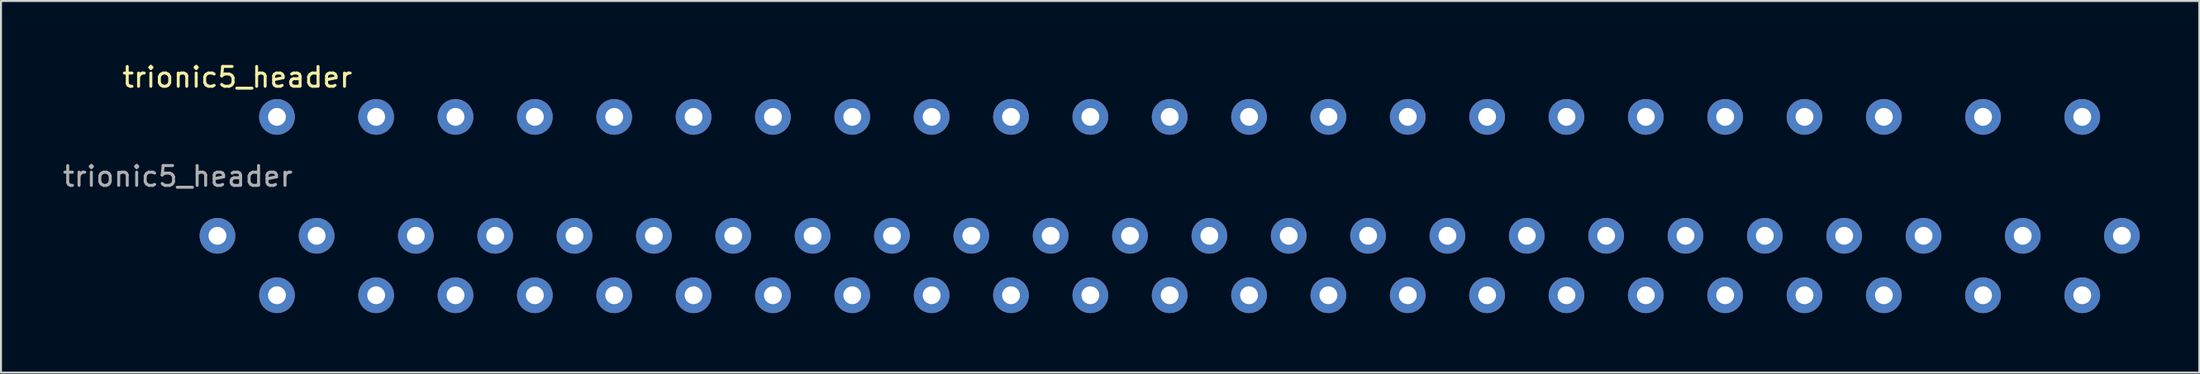
<source format=kicad_pcb>
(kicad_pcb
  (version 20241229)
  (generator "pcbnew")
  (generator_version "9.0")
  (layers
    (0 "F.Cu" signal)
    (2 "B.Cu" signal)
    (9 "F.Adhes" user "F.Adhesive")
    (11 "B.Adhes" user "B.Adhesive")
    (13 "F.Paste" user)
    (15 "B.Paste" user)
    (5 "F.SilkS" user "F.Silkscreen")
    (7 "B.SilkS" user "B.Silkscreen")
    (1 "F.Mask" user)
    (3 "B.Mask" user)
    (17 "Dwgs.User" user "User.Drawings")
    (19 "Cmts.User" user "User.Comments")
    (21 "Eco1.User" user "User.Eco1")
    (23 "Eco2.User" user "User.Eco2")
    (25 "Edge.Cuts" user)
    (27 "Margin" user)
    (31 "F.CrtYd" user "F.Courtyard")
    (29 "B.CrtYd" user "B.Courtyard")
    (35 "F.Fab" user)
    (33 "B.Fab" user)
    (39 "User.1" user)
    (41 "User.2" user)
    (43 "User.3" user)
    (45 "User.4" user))
  (footprint "trionic5_header"
    (layer "F.Cu")
    (at 10.911 2.848)
    (property "Reference" "trionic5_header" (at -2 -2 0) (unlocked yes) (layer "F.SilkS") (effects (font (size 1 1) (thickness 0.15))))
    (attr through_hole)
    (fp_text user "${REFERENCE}" (at -5 3 0) (unlocked yes) (layer "F.Fab") (effects (font (size 1 1) (thickness 0.15))))
    (pad "1" thru_hole circle (at 0 0) (size 1.8 1.8) (drill 0.9) (layers "*.Cu" "*.Mask"))
    (pad "2" thru_hole circle (at 5 0) (size 1.8 1.8) (drill 0.9) (layers "*.Cu" "*.Mask"))
    (pad "3" thru_hole circle (at 9 0) (size 1.8 1.8) (drill 0.9) (layers "*.Cu" "*.Mask"))
    (pad "4" thru_hole circle (at 13 0) (size 1.8 1.8) (drill 0.9) (layers "*.Cu" "*.Mask"))
    (pad "5" thru_hole circle (at 17 0) (size 1.8 1.8) (drill 0.9) (layers "*.Cu" "*.Mask"))
    (pad "6" thru_hole circle (at 21 0) (size 1.8 1.8) (drill 0.9) (layers "*.Cu" "*.Mask"))
    (pad "7" thru_hole circle (at 25 0) (size 1.8 1.8) (drill 0.9) (layers "*.Cu" "*.Mask"))
    (pad "8" thru_hole circle (at 29 0) (size 1.8 1.8) (drill 0.9) (layers "*.Cu" "*.Mask"))
    (pad "9" thru_hole circle (at 33 0) (size 1.8 1.8) (drill 0.9) (layers "*.Cu" "*.Mask"))
    (pad "10" thru_hole circle (at 37 0) (size 1.8 1.8) (drill 0.9) (layers "*.Cu" "*.Mask"))
    (pad "11" thru_hole circle (at 41 0) (size 1.8 1.8) (drill 0.9) (layers "*.Cu" "*.Mask"))
    (pad "12" thru_hole circle (at 45 0) (size 1.8 1.8) (drill 0.9) (layers "*.Cu" "*.Mask"))
    (pad "13" thru_hole circle (at 49 0) (size 1.8 1.8) (drill 0.9) (layers "*.Cu" "*.Mask"))
    (pad "14" thru_hole circle (at 53 0) (size 1.8 1.8) (drill 0.9) (layers "*.Cu" "*.Mask"))
    (pad "15" thru_hole circle (at 57 0) (size 1.8 1.8) (drill 0.9) (layers "*.Cu" "*.Mask"))
    (pad "16" thru_hole circle (at 61 0) (size 1.8 1.8) (drill 0.9) (layers "*.Cu" "*.Mask"))
    (pad "17" thru_hole circle (at 65 0) (size 1.8 1.8) (drill 0.9) (layers "*.Cu" "*.Mask"))
    (pad "18" thru_hole circle (at 69 0) (size 1.8 1.8) (drill 0.9) (layers "*.Cu" "*.Mask"))
    (pad "19" thru_hole circle (at 73 0) (size 1.8 1.8) (drill 0.9) (layers "*.Cu" "*.Mask"))
    (pad "20" thru_hole circle (at 77 0) (size 1.8 1.8) (drill 0.9) (layers "*.Cu" "*.Mask"))
    (pad "21" thru_hole circle (at 81 0) (size 1.8 1.8) (drill 0.9) (layers "*.Cu" "*.Mask"))
    (pad "22" thru_hole circle (at 86 0) (size 1.8 1.8) (drill 0.9) (layers "*.Cu" "*.Mask"))
    (pad "23" thru_hole circle (at 91 0) (size 1.8 1.8) (drill 0.9) (layers "*.Cu" "*.Mask"))
    (pad "24" thru_hole circle (at -3 6) (size 1.8 1.8) (drill 0.9) (layers "*.Cu" "*.Mask"))
    (pad "25" thru_hole circle (at 2 6) (size 1.8 1.8) (drill 0.9) (layers "*.Cu" "*.Mask"))
    (pad "26" thru_hole circle (at 7 6) (size 1.8 1.8) (drill 0.9) (layers "*.Cu" "*.Mask"))
    (pad "27" thru_hole circle (at 11 6) (size 1.8 1.8) (drill 0.9) (layers "*.Cu" "*.Mask"))
    (pad "28" thru_hole circle (at 15 6) (size 1.8 1.8) (drill 0.9) (layers "*.Cu" "*.Mask"))
    (pad "29" thru_hole circle (at 19 6) (size 1.8 1.8) (drill 0.9) (layers "*.Cu" "*.Mask"))
    (pad "30" thru_hole circle (at 23 6) (size 1.8 1.8) (drill 0.9) (layers "*.Cu" "*.Mask"))
    (pad "31" thru_hole circle (at 27 6) (size 1.8 1.8) (drill 0.9) (layers "*.Cu" "*.Mask"))
    (pad "32" thru_hole circle (at 31 6) (size 1.8 1.8) (drill 0.9) (layers "*.Cu" "*.Mask"))
    (pad "33" thru_hole circle (at 35 6) (size 1.8 1.8) (drill 0.9) (layers "*.Cu" "*.Mask"))
    (pad "34" thru_hole circle (at 39 6) (size 1.8 1.8) (drill 0.9) (layers "*.Cu" "*.Mask"))
    (pad "35" thru_hole circle (at 43 6) (size 1.8 1.8) (drill 0.9) (layers "*.Cu" "*.Mask"))
    (pad "36" thru_hole circle (at 47 6) (size 1.8 1.8) (drill 0.9) (layers "*.Cu" "*.Mask"))
    (pad "37" thru_hole circle (at 51 6) (size 1.8 1.8) (drill 0.9) (layers "*.Cu" "*.Mask"))
    (pad "38" thru_hole circle (at 55 6) (size 1.8 1.8) (drill 0.9) (layers "*.Cu" "*.Mask"))
    (pad "39" thru_hole circle (at 59 6) (size 1.8 1.8) (drill 0.9) (layers "*.Cu" "*.Mask"))
    (pad "40" thru_hole circle (at 63 6) (size 1.8 1.8) (drill 0.9) (layers "*.Cu" "*.Mask"))
    (pad "41" thru_hole circle (at 67 6) (size 1.8 1.8) (drill 0.9) (layers "*.Cu" "*.Mask"))
    (pad "42" thru_hole circle (at 71 6) (size 1.8 1.8) (drill 0.9) (layers "*.Cu" "*.Mask"))
    (pad "43" thru_hole circle (at 75 6) (size 1.8 1.8) (drill 0.9) (layers "*.Cu" "*.Mask"))
    (pad "44" thru_hole circle (at 79 6) (size 1.8 1.8) (drill 0.9) (layers "*.Cu" "*.Mask"))
    (pad "45" thru_hole circle (at 83 6) (size 1.8 1.8) (drill 0.9) (layers "*.Cu" "*.Mask"))
    (pad "46" thru_hole circle (at 88 6) (size 1.8 1.8) (drill 0.9) (layers "*.Cu" "*.Mask"))
    (pad "47" thru_hole circle (at 93 6) (size 1.8 1.8) (drill 0.9) (layers "*.Cu" "*.Mask"))
    (pad "48" thru_hole circle (at 0 9) (size 1.8 1.8) (drill 0.9) (layers "*.Cu" "*.Mask"))
    (pad "49" thru_hole circle (at 5 9) (size 1.8 1.8) (drill 0.9) (layers "*.Cu" "*.Mask"))
    (pad "50" thru_hole circle (at 9 9) (size 1.8 1.8) (drill 0.9) (layers "*.Cu" "*.Mask"))
    (pad "51" thru_hole circle (at 13 9) (size 1.8 1.8) (drill 0.9) (layers "*.Cu" "*.Mask"))
    (pad "52" thru_hole circle (at 17 9) (size 1.8 1.8) (drill 0.9) (layers "*.Cu" "*.Mask"))
    (pad "53" thru_hole circle (at 21 9) (size 1.8 1.8) (drill 0.9) (layers "*.Cu" "*.Mask"))
    (pad "54" thru_hole circle (at 25 9) (size 1.8 1.8) (drill 0.9) (layers "*.Cu" "*.Mask"))
    (pad "55" thru_hole circle (at 29 9) (size 1.8 1.8) (drill 0.9) (layers "*.Cu" "*.Mask"))
    (pad "56" thru_hole circle (at 33 9) (size 1.8 1.8) (drill 0.9) (layers "*.Cu" "*.Mask"))
    (pad "57" thru_hole circle (at 37 9) (size 1.8 1.8) (drill 0.9) (layers "*.Cu" "*.Mask"))
    (pad "58" thru_hole circle (at 41 9) (size 1.8 1.8) (drill 0.9) (layers "*.Cu" "*.Mask"))
    (pad "59" thru_hole circle (at 45 9) (size 1.8 1.8) (drill 0.9) (layers "*.Cu" "*.Mask"))
    (pad "60" thru_hole circle (at 49 9) (size 1.8 1.8) (drill 0.9) (layers "*.Cu" "*.Mask"))
    (pad "61" thru_hole circle (at 53 9) (size 1.8 1.8) (drill 0.9) (layers "*.Cu" "*.Mask"))
    (pad "62" thru_hole circle (at 57 9) (size 1.8 1.8) (drill 0.9) (layers "*.Cu" "*.Mask"))
    (pad "63" thru_hole circle (at 61 9) (size 1.8 1.8) (drill 0.9) (layers "*.Cu" "*.Mask"))
    (pad "64" thru_hole circle (at 65 9) (size 1.8 1.8) (drill 0.9) (layers "*.Cu" "*.Mask"))
    (pad "65" thru_hole circle (at 69 9) (size 1.8 1.8) (drill 0.9) (layers "*.Cu" "*.Mask"))
    (pad "66" thru_hole circle (at 73 9) (size 1.8 1.8) (drill 0.9) (layers "*.Cu" "*.Mask"))
    (pad "67" thru_hole circle (at 77 9) (size 1.8 1.8) (drill 0.9) (layers "*.Cu" "*.Mask"))
    (pad "68" thru_hole circle (at 81 9) (size 1.8 1.8) (drill 0.9) (layers "*.Cu" "*.Mask"))
    (pad "69" thru_hole circle (at 86 9) (size 1.8 1.8) (drill 0.9) (layers "*.Cu" "*.Mask"))
    (pad "70" thru_hole circle (at 91 9) (size 1.8 1.8) (drill 0.9) (layers "*.Cu" "*.Mask")))
  (gr_rect
    (start -3 -3)
    (end 107.811 15.748)
    (stroke (width 0.1) (type default))
    (fill no)
    (layer "Edge.Cuts")))
</source>
